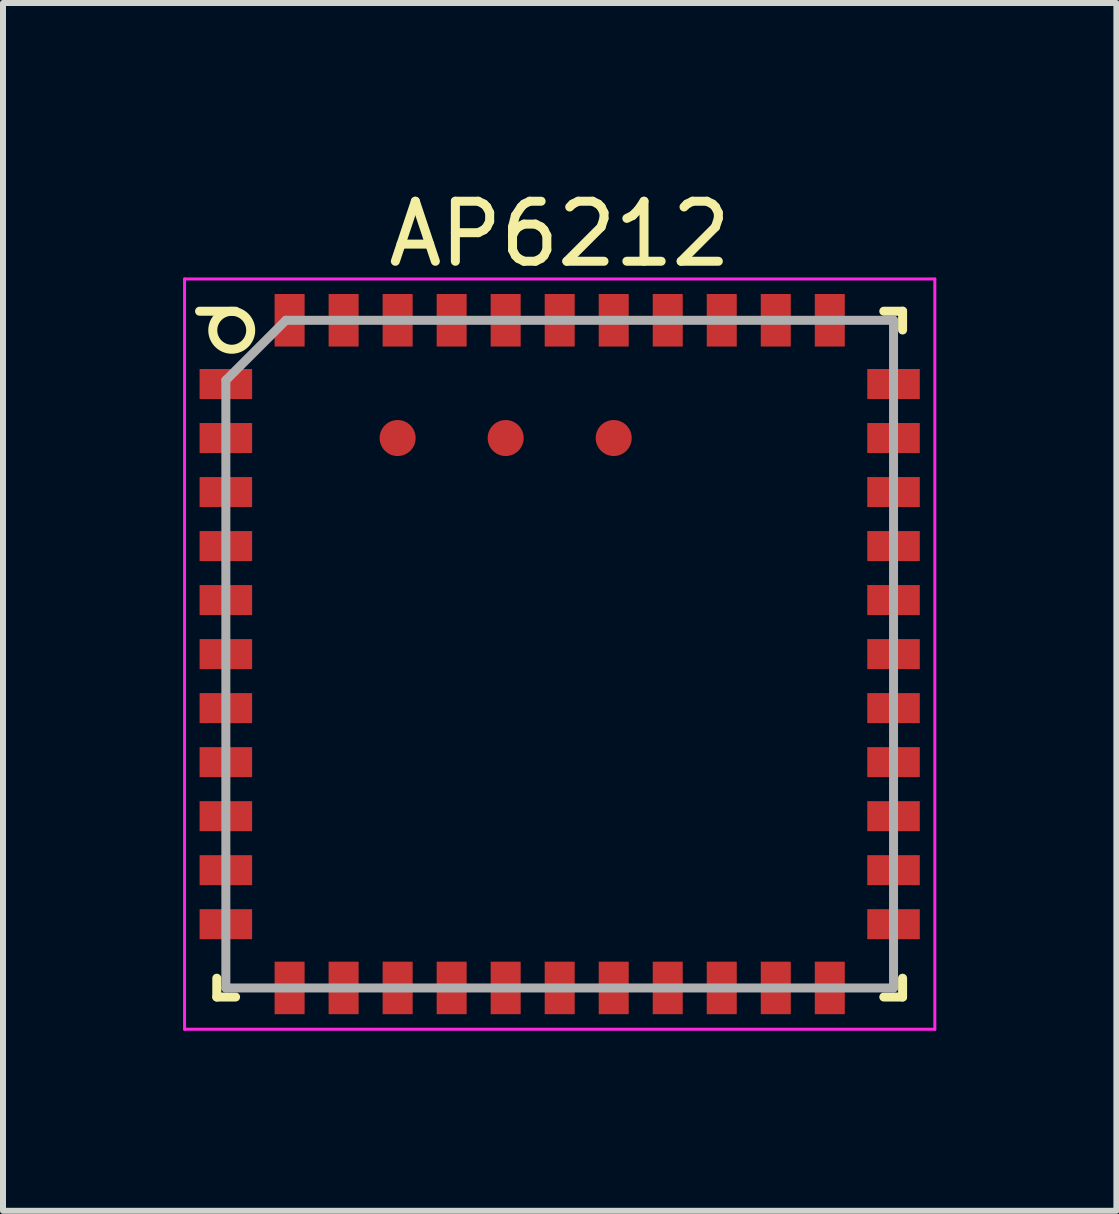
<source format=kicad_pcb>
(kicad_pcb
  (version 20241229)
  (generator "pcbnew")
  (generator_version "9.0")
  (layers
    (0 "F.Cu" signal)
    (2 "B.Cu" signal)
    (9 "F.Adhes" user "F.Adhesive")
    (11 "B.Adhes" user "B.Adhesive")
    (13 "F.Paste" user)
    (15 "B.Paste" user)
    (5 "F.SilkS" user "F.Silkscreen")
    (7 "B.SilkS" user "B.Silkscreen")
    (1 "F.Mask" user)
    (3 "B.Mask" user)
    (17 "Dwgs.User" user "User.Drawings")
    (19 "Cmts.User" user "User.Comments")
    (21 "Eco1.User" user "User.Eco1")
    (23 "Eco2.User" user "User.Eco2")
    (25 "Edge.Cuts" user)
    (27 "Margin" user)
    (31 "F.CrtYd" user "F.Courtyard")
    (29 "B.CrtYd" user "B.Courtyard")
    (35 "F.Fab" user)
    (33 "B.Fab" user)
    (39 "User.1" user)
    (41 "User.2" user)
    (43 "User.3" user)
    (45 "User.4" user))
  (footprint "AP6212"
    (layer "F.Cu")
    (at 6.275 7.848)
    (property "Reference" "AP6212" (at 0 -7 0) (layer "F.SilkS") (effects (font (size 1 1) (thickness 0.15))))
    (attr smd)
    (fp_line (start -5.713 5.713) (end -5.713 5.4) (stroke (width 0.15) (type solid)) (layer "F.SilkS"))
    (fp_line (start -5.4 -5.713) (end -6 -5.713) (stroke (width 0.15) (type solid)) (layer "F.SilkS"))
    (fp_line (start -5.4 5.713) (end -5.713 5.713) (stroke (width 0.15) (type solid)) (layer "F.SilkS"))
    (fp_line (start 5.4 -5.713) (end 5.713 -5.713) (stroke (width 0.15) (type solid)) (layer "F.SilkS"))
    (fp_line (start 5.4 5.713) (end 5.713 5.713) (stroke (width 0.15) (type solid)) (layer "F.SilkS"))
    (fp_line (start 5.713 -5.713) (end 5.713 -5.4) (stroke (width 0.15) (type solid)) (layer "F.SilkS"))
    (fp_line (start 5.713 5.713) (end 5.713 5.4) (stroke (width 0.15) (type solid)) (layer "F.SilkS"))
    (fp_circle (center -5.464 -5.395) (end -5.164 -5.296) (stroke (width 0.15) (type solid)) (fill no) (layer "F.SilkS"))
    (fp_line (start -6.25 -6.25) (end 6.25 -6.25) (stroke (width 0.05) (type solid)) (layer "F.CrtYd"))
    (fp_line (start -6.25 6.25) (end -6.25 -6.25) (stroke (width 0.05) (type solid)) (layer "F.CrtYd"))
    (fp_line (start 6.25 -6.25) (end 6.25 6.25) (stroke (width 0.05) (type solid)) (layer "F.CrtYd"))
    (fp_line (start 6.25 6.25) (end -6.25 6.25) (stroke (width 0.05) (type solid)) (layer "F.CrtYd"))
    (fp_line (start -5.562 -4.562) (end -5.562 5.562) (stroke (width 0.15) (type solid)) (layer "F.Fab"))
    (fp_line (start -5.562 5.562) (end 5.562 5.562) (stroke (width 0.15) (type solid)) (layer "F.Fab"))
    (fp_line (start -4.562 -5.562) (end -5.562 -4.562) (stroke (width 0.15) (type solid)) (layer "F.Fab"))
    (fp_line (start 5.562 -5.562) (end -4.562 -5.562) (stroke (width 0.15) (type solid)) (layer "F.Fab"))
    (fp_line (start 5.562 5.562) (end 5.562 -5.562) (stroke (width 0.15) (type solid)) (layer "F.Fab"))
    (pad "1" smd rect (at -5.562 -4.5 90) (size 0.5 0.875) (layers "F.Cu" "F.Mask" "F.Paste"))
    (pad "2" smd rect (at -5.562 -3.6 90) (size 0.5 0.875) (layers "F.Cu" "F.Mask" "F.Paste"))
    (pad "3" smd rect (at -5.562 -2.7 90) (size 0.5 0.875) (layers "F.Cu" "F.Mask" "F.Paste"))
    (pad "4" smd rect (at -5.562 -1.8 90) (size 0.5 0.875) (layers "F.Cu" "F.Mask" "F.Paste"))
    (pad "5" smd rect (at -5.562 -0.9 90) (size 0.5 0.875) (layers "F.Cu" "F.Mask" "F.Paste"))
    (pad "6" smd rect (at -5.562 0 90) (size 0.5 0.875) (layers "F.Cu" "F.Mask" "F.Paste"))
    (pad "7" smd rect (at -5.562 0.9 90) (size 0.5 0.875) (layers "F.Cu" "F.Mask" "F.Paste"))
    (pad "8" smd rect (at -5.562 1.8 90) (size 0.5 0.875) (layers "F.Cu" "F.Mask" "F.Paste"))
    (pad "9" smd rect (at -5.562 2.7 90) (size 0.5 0.875) (layers "F.Cu" "F.Mask" "F.Paste"))
    (pad "10" smd rect (at -5.562 3.6 90) (size 0.5 0.875) (layers "F.Cu" "F.Mask" "F.Paste"))
    (pad "11" smd rect (at -5.562 4.5 90) (size 0.5 0.875) (layers "F.Cu" "F.Mask" "F.Paste"))
    (pad "12" smd rect (at -4.5 5.562) (size 0.5 0.875) (layers "F.Cu" "F.Mask" "F.Paste"))
    (pad "13" smd rect (at -3.6 5.562) (size 0.5 0.875) (layers "F.Cu" "F.Mask" "F.Paste"))
    (pad "14" smd rect (at -2.7 5.562) (size 0.5 0.875) (layers "F.Cu" "F.Mask" "F.Paste"))
    (pad "15" smd rect (at -1.8 5.562) (size 0.5 0.875) (layers "F.Cu" "F.Mask" "F.Paste"))
    (pad "16" smd rect (at -0.9 5.562) (size 0.5 0.875) (layers "F.Cu" "F.Mask" "F.Paste"))
    (pad "17" smd rect (at 0 5.562) (size 0.5 0.875) (layers "F.Cu" "F.Mask" "F.Paste"))
    (pad "18" smd rect (at 0.9 5.562) (size 0.5 0.875) (layers "F.Cu" "F.Mask" "F.Paste"))
    (pad "19" smd rect (at 1.8 5.562) (size 0.5 0.875) (layers "F.Cu" "F.Mask" "F.Paste"))
    (pad "20" smd rect (at 2.7 5.562) (size 0.5 0.875) (layers "F.Cu" "F.Mask" "F.Paste"))
    (pad "21" smd rect (at 3.6 5.562) (size 0.5 0.875) (layers "F.Cu" "F.Mask" "F.Paste"))
    (pad "22" smd rect (at 4.5 5.562) (size 0.5 0.875) (layers "F.Cu" "F.Mask" "F.Paste"))
    (pad "23" smd rect (at 5.562 4.5 90) (size 0.5 0.875) (layers "F.Cu" "F.Mask" "F.Paste"))
    (pad "24" smd rect (at 5.562 3.6 90) (size 0.5 0.875) (layers "F.Cu" "F.Mask" "F.Paste"))
    (pad "25" smd rect (at 5.562 2.7 90) (size 0.5 0.875) (layers "F.Cu" "F.Mask" "F.Paste"))
    (pad "26" smd rect (at 5.562 1.8 90) (size 0.5 0.875) (layers "F.Cu" "F.Mask" "F.Paste"))
    (pad "27" smd rect (at 5.562 0.9 90) (size 0.5 0.875) (layers "F.Cu" "F.Mask" "F.Paste"))
    (pad "28" smd rect (at 5.562 0 90) (size 0.5 0.875) (layers "F.Cu" "F.Mask" "F.Paste"))
    (pad "29" smd rect (at 5.562 -0.9 90) (size 0.5 0.875) (layers "F.Cu" "F.Mask" "F.Paste"))
    (pad "30" smd rect (at 5.562 -1.8 90) (size 0.5 0.875) (layers "F.Cu" "F.Mask" "F.Paste"))
    (pad "31" smd rect (at 5.562 -2.7 90) (size 0.5 0.875) (layers "F.Cu" "F.Mask" "F.Paste"))
    (pad "32" smd rect (at 5.562 -3.6 90) (size 0.5 0.875) (layers "F.Cu" "F.Mask" "F.Paste"))
    (pad "33" smd rect (at 5.562 -4.5 90) (size 0.5 0.875) (layers "F.Cu" "F.Mask" "F.Paste"))
    (pad "34" smd rect (at 4.5 -5.562) (size 0.5 0.875) (layers "F.Cu" "F.Mask" "F.Paste"))
    (pad "35" smd rect (at 3.6 -5.562) (size 0.5 0.875) (layers "F.Cu" "F.Mask" "F.Paste"))
    (pad "36" smd rect (at 2.7 -5.562) (size 0.5 0.875) (layers "F.Cu" "F.Mask" "F.Paste"))
    (pad "37" smd rect (at 1.8 -5.562) (size 0.5 0.875) (layers "F.Cu" "F.Mask" "F.Paste"))
    (pad "38" smd rect (at 0.9 -5.562) (size 0.5 0.875) (layers "F.Cu" "F.Mask" "F.Paste"))
    (pad "39" smd rect (at 0 -5.562) (size 0.5 0.875) (layers "F.Cu" "F.Mask" "F.Paste"))
    (pad "40" smd rect (at -0.9 -5.562) (size 0.5 0.875) (layers "F.Cu" "F.Mask" "F.Paste"))
    (pad "41" smd rect (at -1.8 -5.562) (size 0.5 0.875) (layers "F.Cu" "F.Mask" "F.Paste"))
    (pad "42" smd rect (at -2.7 -5.562) (size 0.5 0.875) (layers "F.Cu" "F.Mask" "F.Paste"))
    (pad "43" smd rect (at -3.6 -5.562) (size 0.5 0.875) (layers "F.Cu" "F.Mask" "F.Paste"))
    (pad "44" smd rect (at -4.5 -5.562) (size 0.5 0.875) (layers "F.Cu" "F.Mask" "F.Paste"))
    (pad "45" smd circle (at -2.7 -3.6) (size 0.6 0.6) (layers "F.Cu" "F.Mask" "F.Paste"))
    (pad "46" smd circle (at -0.9 -3.6) (size 0.6 0.6) (layers "F.Cu" "F.Mask" "F.Paste"))
    (pad "47" smd circle (at 0.9 -3.6) (size 0.6 0.6) (layers "F.Cu" "F.Mask" "F.Paste")))
  (gr_rect
    (start -3 -3)
    (end 15.55 17.123)
    (stroke (width 0.1) (type default))
    (fill no)
    (layer "Edge.Cuts")))
</source>
